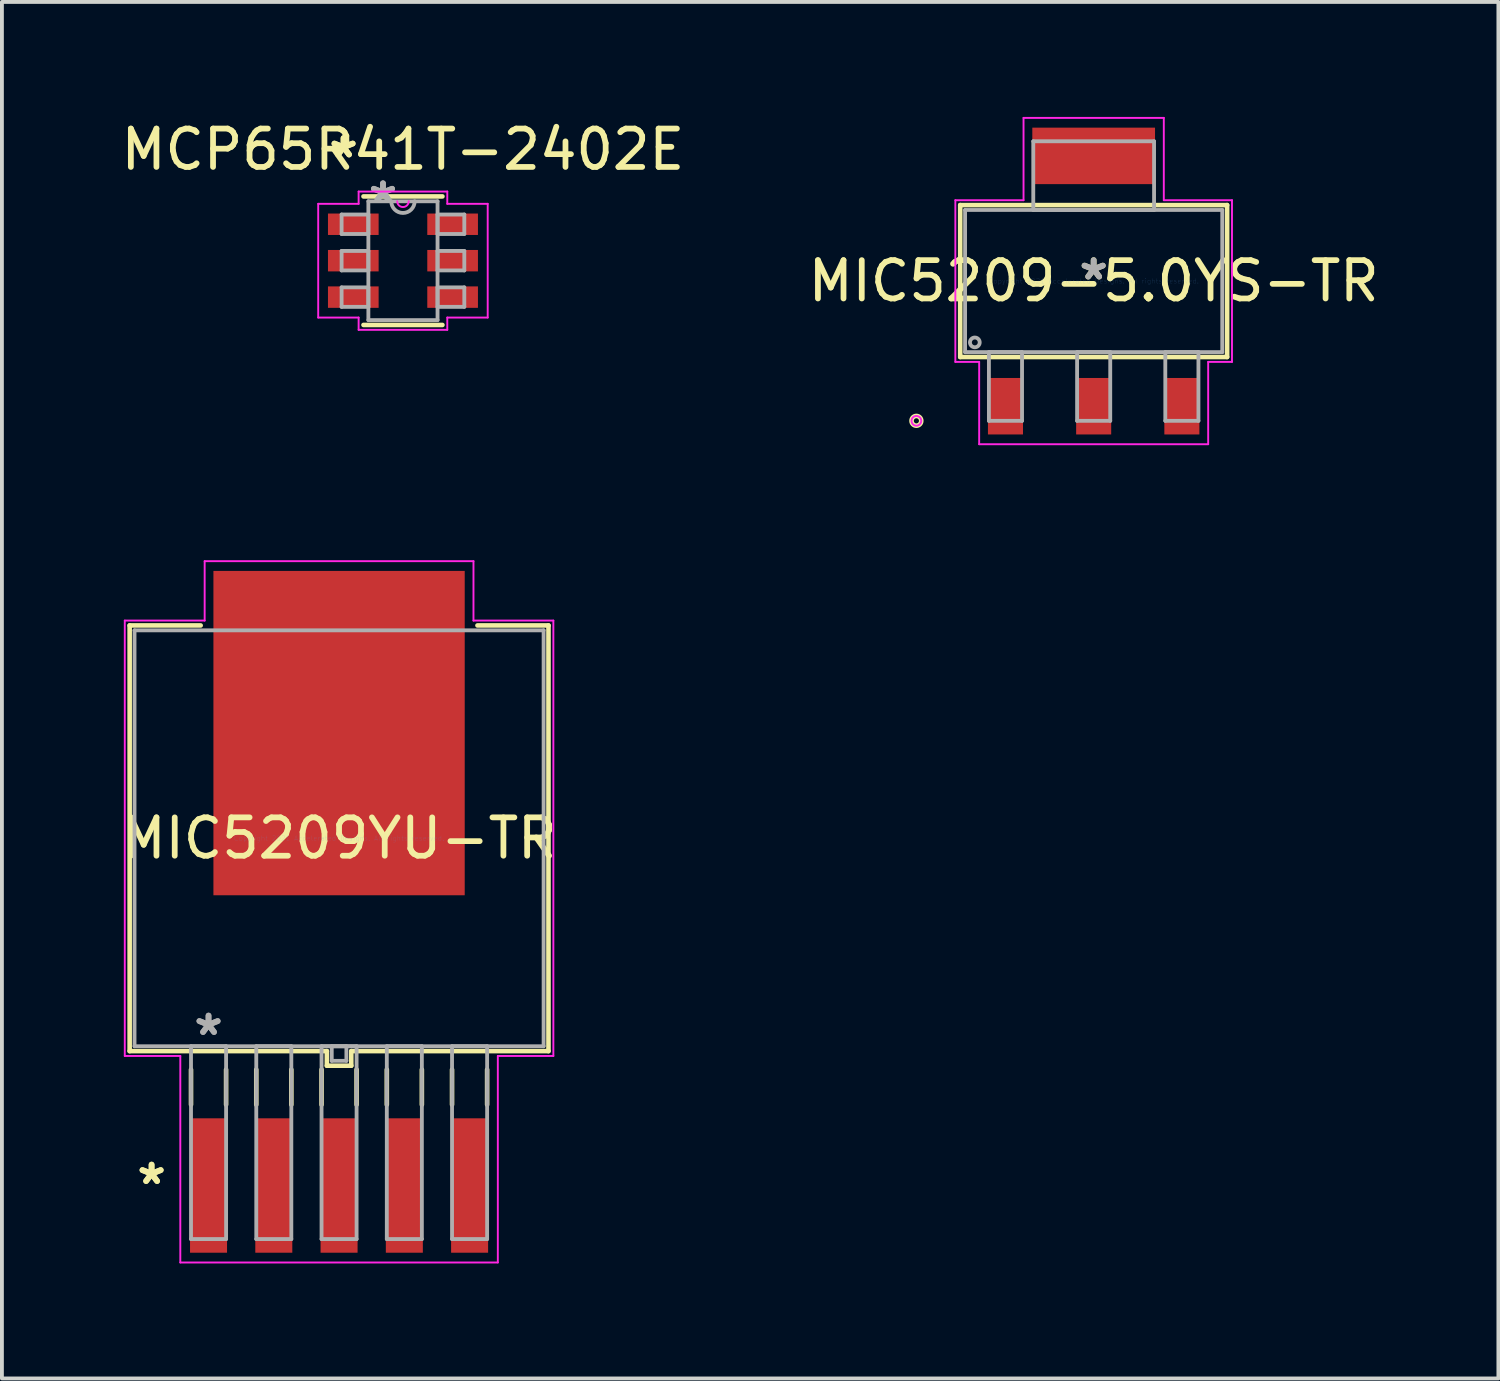
<source format=kicad_pcb>
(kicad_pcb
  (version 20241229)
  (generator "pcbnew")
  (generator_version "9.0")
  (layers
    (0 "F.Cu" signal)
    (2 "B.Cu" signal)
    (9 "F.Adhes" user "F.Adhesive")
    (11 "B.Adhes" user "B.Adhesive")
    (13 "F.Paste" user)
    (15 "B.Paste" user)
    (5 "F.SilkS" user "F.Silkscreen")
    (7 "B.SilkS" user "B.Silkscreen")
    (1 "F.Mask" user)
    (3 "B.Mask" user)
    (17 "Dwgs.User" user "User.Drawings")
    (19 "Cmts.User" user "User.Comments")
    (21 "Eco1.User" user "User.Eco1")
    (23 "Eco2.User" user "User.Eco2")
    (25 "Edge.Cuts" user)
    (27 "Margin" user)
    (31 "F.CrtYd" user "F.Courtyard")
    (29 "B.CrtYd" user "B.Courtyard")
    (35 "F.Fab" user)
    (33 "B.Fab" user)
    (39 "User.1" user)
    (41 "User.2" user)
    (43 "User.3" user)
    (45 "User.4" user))
  (footprint "MIC5209YU-TR"
    (layer "F.Cu")
    (at 5.792 18.81)
    (property "Reference" "MIC5209YU-TR" (at 0 0 0) (layer "F.SilkS") (effects (font (size 1 1) (thickness 0.15))))
    (attr through_hole)
    (fp_line (start -5.461 -5.55) (end -5.461 5.55) (stroke (width 0.12) (type solid)) (layer "F.SilkS"))
    (fp_line (start -5.461 5.55) (end -0.318 5.55) (stroke (width 0.12) (type solid)) (layer "F.SilkS"))
    (fp_line (start -3.861 6.032) (end -3.861 6.947) (stroke (width 0.12) (type solid)) (layer "F.SilkS"))
    (fp_line (start -3.609 -5.55) (end -5.461 -5.55) (stroke (width 0.12) (type solid)) (layer "F.SilkS"))
    (fp_line (start -2.946 6.032) (end -2.946 6.947) (stroke (width 0.12) (type solid)) (layer "F.SilkS"))
    (fp_line (start -2.159 6.032) (end -2.159 6.947) (stroke (width 0.12) (type solid)) (layer "F.SilkS"))
    (fp_line (start -1.245 6.032) (end -1.245 6.947) (stroke (width 0.12) (type solid)) (layer "F.SilkS"))
    (fp_line (start -0.457 6.032) (end -0.457 6.947) (stroke (width 0.12) (type solid)) (layer "F.SilkS"))
    (fp_line (start -0.318 5.55) (end -0.318 5.931) (stroke (width 0.12) (type solid)) (layer "F.SilkS"))
    (fp_line (start -0.318 5.931) (end 0.318 5.931) (stroke (width 0.12) (type solid)) (layer "F.SilkS"))
    (fp_line (start 0.318 5.55) (end 5.461 5.55) (stroke (width 0.12) (type solid)) (layer "F.SilkS"))
    (fp_line (start 0.318 5.931) (end 0.318 5.55) (stroke (width 0.12) (type solid)) (layer "F.SilkS"))
    (fp_line (start 0.457 6.032) (end 0.457 6.947) (stroke (width 0.12) (type solid)) (layer "F.SilkS"))
    (fp_line (start 1.245 6.032) (end 1.245 6.947) (stroke (width 0.12) (type solid)) (layer "F.SilkS"))
    (fp_line (start 2.159 6.032) (end 2.159 6.947) (stroke (width 0.12) (type solid)) (layer "F.SilkS"))
    (fp_line (start 2.946 6.032) (end 2.946 6.947) (stroke (width 0.12) (type solid)) (layer "F.SilkS"))
    (fp_line (start 3.861 6.032) (end 3.861 6.947) (stroke (width 0.12) (type solid)) (layer "F.SilkS"))
    (fp_line (start 5.461 -5.55) (end 3.609 -5.55) (stroke (width 0.12) (type solid)) (layer "F.SilkS"))
    (fp_line (start 5.461 5.55) (end 5.461 -5.55) (stroke (width 0.12) (type solid)) (layer "F.SilkS"))
    (fp_line (start -5.588 -5.677) (end -3.505 -5.677) (stroke (width 0.05) (type solid)) (layer "F.CrtYd"))
    (fp_line (start -5.588 5.677) (end -5.588 -5.677) (stroke (width 0.05) (type solid)) (layer "F.CrtYd"))
    (fp_line (start -4.14 5.677) (end -5.588 5.677) (stroke (width 0.05) (type solid)) (layer "F.CrtYd"))
    (fp_line (start -4.14 11.062) (end -4.14 5.677) (stroke (width 0.05) (type solid)) (layer "F.CrtYd"))
    (fp_line (start -3.505 -7.226) (end 3.505 -7.226) (stroke (width 0.05) (type solid)) (layer "F.CrtYd"))
    (fp_line (start -3.505 -5.677) (end -3.505 -7.226) (stroke (width 0.05) (type solid)) (layer "F.CrtYd"))
    (fp_line (start 3.505 -7.226) (end 3.505 -5.677) (stroke (width 0.05) (type solid)) (layer "F.CrtYd"))
    (fp_line (start 3.505 -5.677) (end 5.588 -5.677) (stroke (width 0.05) (type solid)) (layer "F.CrtYd"))
    (fp_line (start 4.14 5.677) (end 4.14 11.062) (stroke (width 0.05) (type solid)) (layer "F.CrtYd"))
    (fp_line (start 4.14 11.062) (end -4.14 11.062) (stroke (width 0.05) (type solid)) (layer "F.CrtYd"))
    (fp_line (start 5.588 -5.677) (end 5.588 5.677) (stroke (width 0.05) (type solid)) (layer "F.CrtYd"))
    (fp_line (start 5.588 5.677) (end 4.14 5.677) (stroke (width 0.05) (type solid)) (layer "F.CrtYd"))
    (fp_line (start -5.334 -5.423) (end -5.334 5.423) (stroke (width 0.1) (type solid)) (layer "F.Fab"))
    (fp_line (start -5.334 5.423) (end 5.334 5.423) (stroke (width 0.1) (type solid)) (layer "F.Fab"))
    (fp_line (start -3.861 5.423) (end -3.861 10.452) (stroke (width 0.1) (type solid)) (layer "F.Fab"))
    (fp_line (start -3.861 10.452) (end -2.946 10.452) (stroke (width 0.1) (type solid)) (layer "F.Fab"))
    (fp_line (start -2.946 5.423) (end -3.861 5.423) (stroke (width 0.1) (type solid)) (layer "F.Fab"))
    (fp_line (start -2.946 10.452) (end -2.946 5.423) (stroke (width 0.1) (type solid)) (layer "F.Fab"))
    (fp_line (start -2.159 5.423) (end -2.159 10.452) (stroke (width 0.1) (type solid)) (layer "F.Fab"))
    (fp_line (start -2.159 10.452) (end -1.245 10.452) (stroke (width 0.1) (type solid)) (layer "F.Fab"))
    (fp_line (start -1.245 5.423) (end -2.159 5.423) (stroke (width 0.1) (type solid)) (layer "F.Fab"))
    (fp_line (start -1.245 10.452) (end -1.245 5.423) (stroke (width 0.1) (type solid)) (layer "F.Fab"))
    (fp_line (start -0.457 5.423) (end -0.457 10.452) (stroke (width 0.1) (type solid)) (layer "F.Fab"))
    (fp_line (start -0.457 10.452) (end 0.457 10.452) (stroke (width 0.1) (type solid)) (layer "F.Fab"))
    (fp_line (start -0.191 5.423) (end -0.191 5.804) (stroke (width 0.1) (type solid)) (layer "F.Fab"))
    (fp_line (start -0.191 5.804) (end 0.191 5.804) (stroke (width 0.1) (type solid)) (layer "F.Fab"))
    (fp_line (start 0.191 5.423) (end -0.191 5.423) (stroke (width 0.1) (type solid)) (layer "F.Fab"))
    (fp_line (start 0.191 5.804) (end 0.191 5.423) (stroke (width 0.1) (type solid)) (layer "F.Fab"))
    (fp_line (start 0.457 5.423) (end -0.457 5.423) (stroke (width 0.1) (type solid)) (layer "F.Fab"))
    (fp_line (start 0.457 10.452) (end 0.457 5.423) (stroke (width 0.1) (type solid)) (layer "F.Fab"))
    (fp_line (start 1.245 5.423) (end 1.245 10.452) (stroke (width 0.1) (type solid)) (layer "F.Fab"))
    (fp_line (start 1.245 10.452) (end 2.159 10.452) (stroke (width 0.1) (type solid)) (layer "F.Fab"))
    (fp_line (start 2.159 5.423) (end 1.245 5.423) (stroke (width 0.1) (type solid)) (layer "F.Fab"))
    (fp_line (start 2.159 10.452) (end 2.159 5.423) (stroke (width 0.1) (type solid)) (layer "F.Fab"))
    (fp_line (start 2.946 5.423) (end 2.946 10.452) (stroke (width 0.1) (type solid)) (layer "F.Fab"))
    (fp_line (start 2.946 10.452) (end 3.861 10.452) (stroke (width 0.1) (type solid)) (layer "F.Fab"))
    (fp_line (start 3.861 5.423) (end 2.946 5.423) (stroke (width 0.1) (type solid)) (layer "F.Fab"))
    (fp_line (start 3.861 10.452) (end 3.861 5.423) (stroke (width 0.1) (type solid)) (layer "F.Fab"))
    (fp_line (start 5.334 -5.423) (end -5.334 -5.423) (stroke (width 0.1) (type solid)) (layer "F.Fab"))
    (fp_line (start 5.334 5.423) (end 5.334 -5.423) (stroke (width 0.1) (type solid)) (layer "F.Fab"))
    (fp_text user "*" (at -4.889 9.055 0) (layer "F.SilkS") (effects (font (size 1 1) (thickness 0.15))))
    (fp_text user "*" (at -4.889 9.055 0) (layer "F.SilkS") (effects (font (size 1 1) (thickness 0.15))))
    (fp_text user "Copyright 2021 Accelerated Designs. All rights reserved." (at 0 0 0) (layer "Cmts.User") (effects (font (size 0.127 0.127) (thickness 0.002))))
    (fp_text user "*" (at -3.404 5.169 0) (layer "F.Fab") (effects (font (size 1 1) (thickness 0.15))))
    (fp_text user "*" (at -3.404 5.169 0) (layer "F.Fab") (effects (font (size 1 1) (thickness 0.15))))
    (pad "1" smd rect (at -3.404 9.055) (size 0.965 3.505) (layers "F.Cu" "F.Mask" "F.Paste"))
    (pad "2" smd rect (at -1.702 9.055) (size 0.965 3.505) (layers "F.Cu" "F.Mask" "F.Paste"))
    (pad "3" smd rect (at 0 9.055) (size 0.965 3.505) (layers "F.Cu" "F.Mask" "F.Paste"))
    (pad "4" smd rect (at 1.702 9.055) (size 0.965 3.505) (layers "F.Cu" "F.Mask" "F.Paste"))
    (pad "5" smd rect (at 3.404 9.055) (size 0.965 3.505) (layers "F.Cu" "F.Mask" "F.Paste"))
    (pad "6" smd rect (at 0 -2.743) (size 6.553 8.458) (layers "F.Cu" "F.Mask" "F.Paste")))
  (footprint "MCP65R41T-2402E"
    (layer "F.Cu")
    (at 7.458 3.748)
    (property "Reference" "MCP65R41T-2402E" (at 0 -2.9 0) (layer "F.SilkS") (effects (font (size 1 1) (thickness 0.15))))
    (attr through_hole)
    (fp_line (start -1.029 1.676) (end 1.029 1.676) (stroke (width 0.12) (type solid)) (layer "F.SilkS"))
    (fp_line (start 1.029 -1.676) (end -1.029 -1.676) (stroke (width 0.12) (type solid)) (layer "F.SilkS"))
    (fp_line (start -2.21 -1.483) (end -1.156 -1.483) (stroke (width 0.05) (type solid)) (layer "F.CrtYd"))
    (fp_line (start -2.21 1.483) (end -2.21 -1.483) (stroke (width 0.05) (type solid)) (layer "F.CrtYd"))
    (fp_line (start -1.156 -1.803) (end 1.156 -1.803) (stroke (width 0.05) (type solid)) (layer "F.CrtYd"))
    (fp_line (start -1.156 -1.483) (end -1.156 -1.803) (stroke (width 0.05) (type solid)) (layer "F.CrtYd"))
    (fp_line (start -1.156 1.483) (end -2.21 1.483) (stroke (width 0.05) (type solid)) (layer "F.CrtYd"))
    (fp_line (start -1.156 1.803) (end -1.156 1.483) (stroke (width 0.05) (type solid)) (layer "F.CrtYd"))
    (fp_line (start 1.156 -1.803) (end 1.156 -1.483) (stroke (width 0.05) (type solid)) (layer "F.CrtYd"))
    (fp_line (start 1.156 -1.483) (end 2.21 -1.483) (stroke (width 0.05) (type solid)) (layer "F.CrtYd"))
    (fp_line (start 1.156 1.483) (end 1.156 1.803) (stroke (width 0.05) (type solid)) (layer "F.CrtYd"))
    (fp_line (start 1.156 1.803) (end -1.156 1.803) (stroke (width 0.05) (type solid)) (layer "F.CrtYd"))
    (fp_line (start 2.21 -1.483) (end 2.21 1.483) (stroke (width 0.05) (type solid)) (layer "F.CrtYd"))
    (fp_line (start 2.21 1.483) (end 1.156 1.483) (stroke (width 0.05) (type solid)) (layer "F.CrtYd"))
    (fp_arc (start 0.150283 -1.5494) (mid 0 -1.399117) (end -0.150283 -1.5494) (stroke (width 0.05) (type solid)) (layer "F.CrtYd"))
    (fp_line (start -1.6 -1.204) (end -1.6 -0.696) (stroke (width 0.1) (type solid)) (layer "F.Fab"))
    (fp_line (start -1.6 -0.696) (end -0.902 -0.696) (stroke (width 0.1) (type solid)) (layer "F.Fab"))
    (fp_line (start -1.6 -0.254) (end -1.6 0.254) (stroke (width 0.1) (type solid)) (layer "F.Fab"))
    (fp_line (start -1.6 0.254) (end -0.902 0.254) (stroke (width 0.1) (type solid)) (layer "F.Fab"))
    (fp_line (start -1.6 0.696) (end -1.6 1.204) (stroke (width 0.1) (type solid)) (layer "F.Fab"))
    (fp_line (start -1.6 1.204) (end -0.902 1.204) (stroke (width 0.1) (type solid)) (layer "F.Fab"))
    (fp_line (start -0.902 -1.549) (end -0.902 1.549) (stroke (width 0.1) (type solid)) (layer "F.Fab"))
    (fp_line (start -0.902 -1.204) (end -1.6 -1.204) (stroke (width 0.1) (type solid)) (layer "F.Fab"))
    (fp_line (start -0.902 -0.696) (end -0.902 -1.204) (stroke (width 0.1) (type solid)) (layer "F.Fab"))
    (fp_line (start -0.902 -0.254) (end -1.6 -0.254) (stroke (width 0.1) (type solid)) (layer "F.Fab"))
    (fp_line (start -0.902 0.254) (end -0.902 -0.254) (stroke (width 0.1) (type solid)) (layer "F.Fab"))
    (fp_line (start -0.902 0.696) (end -1.6 0.696) (stroke (width 0.1) (type solid)) (layer "F.Fab"))
    (fp_line (start -0.902 1.204) (end -0.902 0.696) (stroke (width 0.1) (type solid)) (layer "F.Fab"))
    (fp_line (start -0.902 1.549) (end 0.902 1.549) (stroke (width 0.1) (type solid)) (layer "F.Fab"))
    (fp_line (start 0.902 -1.549) (end -0.902 -1.549) (stroke (width 0.1) (type solid)) (layer "F.Fab"))
    (fp_line (start 0.902 -1.204) (end 0.902 -0.696) (stroke (width 0.1) (type solid)) (layer "F.Fab"))
    (fp_line (start 0.902 -0.696) (end 1.6 -0.696) (stroke (width 0.1) (type solid)) (layer "F.Fab"))
    (fp_line (start 0.902 -0.254) (end 0.902 0.254) (stroke (width 0.1) (type solid)) (layer "F.Fab"))
    (fp_line (start 0.902 0.254) (end 1.6 0.254) (stroke (width 0.1) (type solid)) (layer "F.Fab"))
    (fp_line (start 0.902 0.696) (end 0.902 1.204) (stroke (width 0.1) (type solid)) (layer "F.Fab"))
    (fp_line (start 0.902 1.204) (end 1.6 1.204) (stroke (width 0.1) (type solid)) (layer "F.Fab"))
    (fp_line (start 0.902 1.549) (end 0.902 -1.549) (stroke (width 0.1) (type solid)) (layer "F.Fab"))
    (fp_line (start 1.6 -1.204) (end 0.902 -1.204) (stroke (width 0.1) (type solid)) (layer "F.Fab"))
    (fp_line (start 1.6 -0.696) (end 1.6 -1.204) (stroke (width 0.1) (type solid)) (layer "F.Fab"))
    (fp_line (start 1.6 -0.254) (end 0.902 -0.254) (stroke (width 0.1) (type solid)) (layer "F.Fab"))
    (fp_line (start 1.6 0.254) (end 1.6 -0.254) (stroke (width 0.1) (type solid)) (layer "F.Fab"))
    (fp_line (start 1.6 0.696) (end 0.902 0.696) (stroke (width 0.1) (type solid)) (layer "F.Fab"))
    (fp_line (start 1.6 1.204) (end 1.6 0.696) (stroke (width 0.1) (type solid)) (layer "F.Fab"))
    (fp_arc (start 0.3048 -1.5494) (mid 0 -1.2446) (end -0.3048 -1.5494) (stroke (width 0.1) (type solid)) (layer "F.Fab"))
    (fp_text user "*" (at -1.549 -2.652 0) (layer "F.SilkS") (effects (font (size 1 1) (thickness 0.15))))
    (fp_text user "*" (at -1.549 -2.652 0) (layer "F.SilkS") (effects (font (size 1 1) (thickness 0.15))))
    (fp_text user "*" (at -0.521 -1.473 0) (layer "F.Fab") (effects (font (size 1 1) (thickness 0.15))))
    (fp_text user "*" (at -0.521 -1.473 0) (layer "F.Fab") (effects (font (size 1 1) (thickness 0.15))))
    (pad "1" smd rect (at -1.295 -0.95) (size 1.321 0.559) (layers "F.Cu" "F.Mask" "F.Paste"))
    (pad "2" smd rect (at -1.295 0) (size 1.321 0.559) (layers "F.Cu" "F.Mask" "F.Paste"))
    (pad "3" smd rect (at -1.295 0.95) (size 1.321 0.559) (layers "F.Cu" "F.Mask" "F.Paste"))
    (pad "4" smd rect (at 1.295 0.95) (size 1.321 0.559) (layers "F.Cu" "F.Mask" "F.Paste"))
    (pad "5" smd rect (at 1.295 0) (size 1.321 0.559) (layers "F.Cu" "F.Mask" "F.Paste"))
    (pad "6" smd rect (at 1.295 -0.95) (size 1.321 0.559) (layers "F.Cu" "F.Mask" "F.Paste")))
  (footprint "MIC5209-5.0YS-TR"
    (layer "F.Cu")
    (at 25.47 4.279)
    (property "Reference" "MIC5209-5.0YS-TR" (at 0 0 0) (layer "F.SilkS") (effects (font (size 1 1) (thickness 0.15))))
    (attr through_hole)
    (fp_line (start -3.48 -1.981) (end -3.48 1.981) (stroke (width 0.12) (type solid)) (layer "F.SilkS"))
    (fp_line (start -3.48 1.981) (end 3.48 1.981) (stroke (width 0.12) (type solid)) (layer "F.SilkS"))
    (fp_line (start 3.48 -1.981) (end -3.48 -1.981) (stroke (width 0.12) (type solid)) (layer "F.SilkS"))
    (fp_line (start 3.48 1.981) (end 3.48 -1.981) (stroke (width 0.12) (type solid)) (layer "F.SilkS"))
    (fp_circle (center -4.623 3.645) (end -4.496 3.645) (stroke (width 0.12) (type solid)) (fill no) (layer "F.SilkS"))
    (fp_line (start -3.607 -2.108) (end -1.829 -2.108) (stroke (width 0.05) (type solid)) (layer "F.CrtYd"))
    (fp_line (start -3.607 2.108) (end -3.607 -2.108) (stroke (width 0.05) (type solid)) (layer "F.CrtYd"))
    (fp_line (start -2.986 2.108) (end -3.607 2.108) (stroke (width 0.05) (type solid)) (layer "F.CrtYd"))
    (fp_line (start -2.986 4.255) (end -2.986 2.108) (stroke (width 0.05) (type solid)) (layer "F.CrtYd"))
    (fp_line (start -1.829 -4.255) (end 1.829 -4.255) (stroke (width 0.05) (type solid)) (layer "F.CrtYd"))
    (fp_line (start -1.829 -2.108) (end -1.829 -4.255) (stroke (width 0.05) (type solid)) (layer "F.CrtYd"))
    (fp_line (start 1.829 -4.255) (end 1.829 -2.108) (stroke (width 0.05) (type solid)) (layer "F.CrtYd"))
    (fp_line (start 1.829 -2.108) (end 3.607 -2.108) (stroke (width 0.05) (type solid)) (layer "F.CrtYd"))
    (fp_line (start 2.986 2.108) (end 2.986 4.255) (stroke (width 0.05) (type solid)) (layer "F.CrtYd"))
    (fp_line (start 2.986 4.255) (end -2.986 4.255) (stroke (width 0.05) (type solid)) (layer "F.CrtYd"))
    (fp_line (start 3.607 -2.108) (end 3.607 2.108) (stroke (width 0.05) (type solid)) (layer "F.CrtYd"))
    (fp_line (start 3.607 2.108) (end 2.986 2.108) (stroke (width 0.05) (type solid)) (layer "F.CrtYd"))
    (fp_circle (center -4.623 3.645) (end -4.496 3.645) (stroke (width 0.05) (type solid)) (fill no) (layer "F.CrtYd"))
    (fp_line (start -3.353 -1.854) (end -3.353 1.854) (stroke (width 0.1) (type solid)) (layer "F.Fab"))
    (fp_line (start -3.353 1.854) (end 3.353 1.854) (stroke (width 0.1) (type solid)) (layer "F.Fab"))
    (fp_line (start -2.732 1.854) (end -2.732 3.645) (stroke (width 0.1) (type solid)) (layer "F.Fab"))
    (fp_line (start -2.732 3.645) (end -1.868 3.645) (stroke (width 0.1) (type solid)) (layer "F.Fab"))
    (fp_line (start -1.868 1.854) (end -2.732 1.854) (stroke (width 0.1) (type solid)) (layer "F.Fab"))
    (fp_line (start -1.868 3.645) (end -1.868 1.854) (stroke (width 0.1) (type solid)) (layer "F.Fab"))
    (fp_line (start -1.575 -3.645) (end -1.575 -1.854) (stroke (width 0.1) (type solid)) (layer "F.Fab"))
    (fp_line (start -1.575 -1.854) (end 1.575 -1.854) (stroke (width 0.1) (type solid)) (layer "F.Fab"))
    (fp_line (start -0.432 1.854) (end -0.432 3.645) (stroke (width 0.1) (type solid)) (layer "F.Fab"))
    (fp_line (start -0.432 3.645) (end 0.432 3.645) (stroke (width 0.1) (type solid)) (layer "F.Fab"))
    (fp_line (start 0.432 1.854) (end -0.432 1.854) (stroke (width 0.1) (type solid)) (layer "F.Fab"))
    (fp_line (start 0.432 3.645) (end 0.432 1.854) (stroke (width 0.1) (type solid)) (layer "F.Fab"))
    (fp_line (start 1.575 -3.645) (end -1.575 -3.645) (stroke (width 0.1) (type solid)) (layer "F.Fab"))
    (fp_line (start 1.575 -1.854) (end 1.575 -3.645) (stroke (width 0.1) (type solid)) (layer "F.Fab"))
    (fp_line (start 1.868 1.854) (end 1.868 3.645) (stroke (width 0.1) (type solid)) (layer "F.Fab"))
    (fp_line (start 1.868 3.645) (end 2.732 3.645) (stroke (width 0.1) (type solid)) (layer "F.Fab"))
    (fp_line (start 2.732 1.854) (end 1.868 1.854) (stroke (width 0.1) (type solid)) (layer "F.Fab"))
    (fp_line (start 2.732 3.645) (end 2.732 1.854) (stroke (width 0.1) (type solid)) (layer "F.Fab"))
    (fp_line (start 3.353 -1.854) (end -3.353 -1.854) (stroke (width 0.1) (type solid)) (layer "F.Fab"))
    (fp_line (start 3.353 1.854) (end 3.353 -1.854) (stroke (width 0.1) (type solid)) (layer "F.Fab"))
    (fp_circle (center -3.099 1.6) (end -2.972 1.6) (stroke (width 0.1) (type solid)) (fill no) (layer "F.Fab"))
    (fp_text user "*" (at 0 0 0) (layer "F.SilkS") (effects (font (size 1 1) (thickness 0.15))))
    (fp_text user "Copyright 2021 Accelerated Designs. All rights reserved." (at 0 0 0) (layer "Cmts.User") (effects (font (size 0.127 0.127) (thickness 0.002))))
    (fp_text user "*" (at 0 0 0) (layer "F.Fab") (effects (font (size 1 1) (thickness 0.15))))
    (pad "1" smd rect (at -2.3 3.264) (size 0.914 1.473) (layers "F.Cu" "F.Mask" "F.Paste"))
    (pad "2" smd rect (at 0 3.264) (size 0.914 1.473) (layers "F.Cu" "F.Mask" "F.Paste"))
    (pad "3" smd rect (at 2.3 3.264) (size 0.914 1.473) (layers "F.Cu" "F.Mask" "F.Paste"))
    (pad "4" smd rect (at 0 -3.264) (size 3.2 1.473) (layers "F.Cu" "F.Mask" "F.Paste")))
  (gr_rect
    (start -3 -3)
    (end 36.024 32.897)
    (stroke (width 0.1) (type default))
    (fill no)
    (layer "Edge.Cuts")))
</source>
